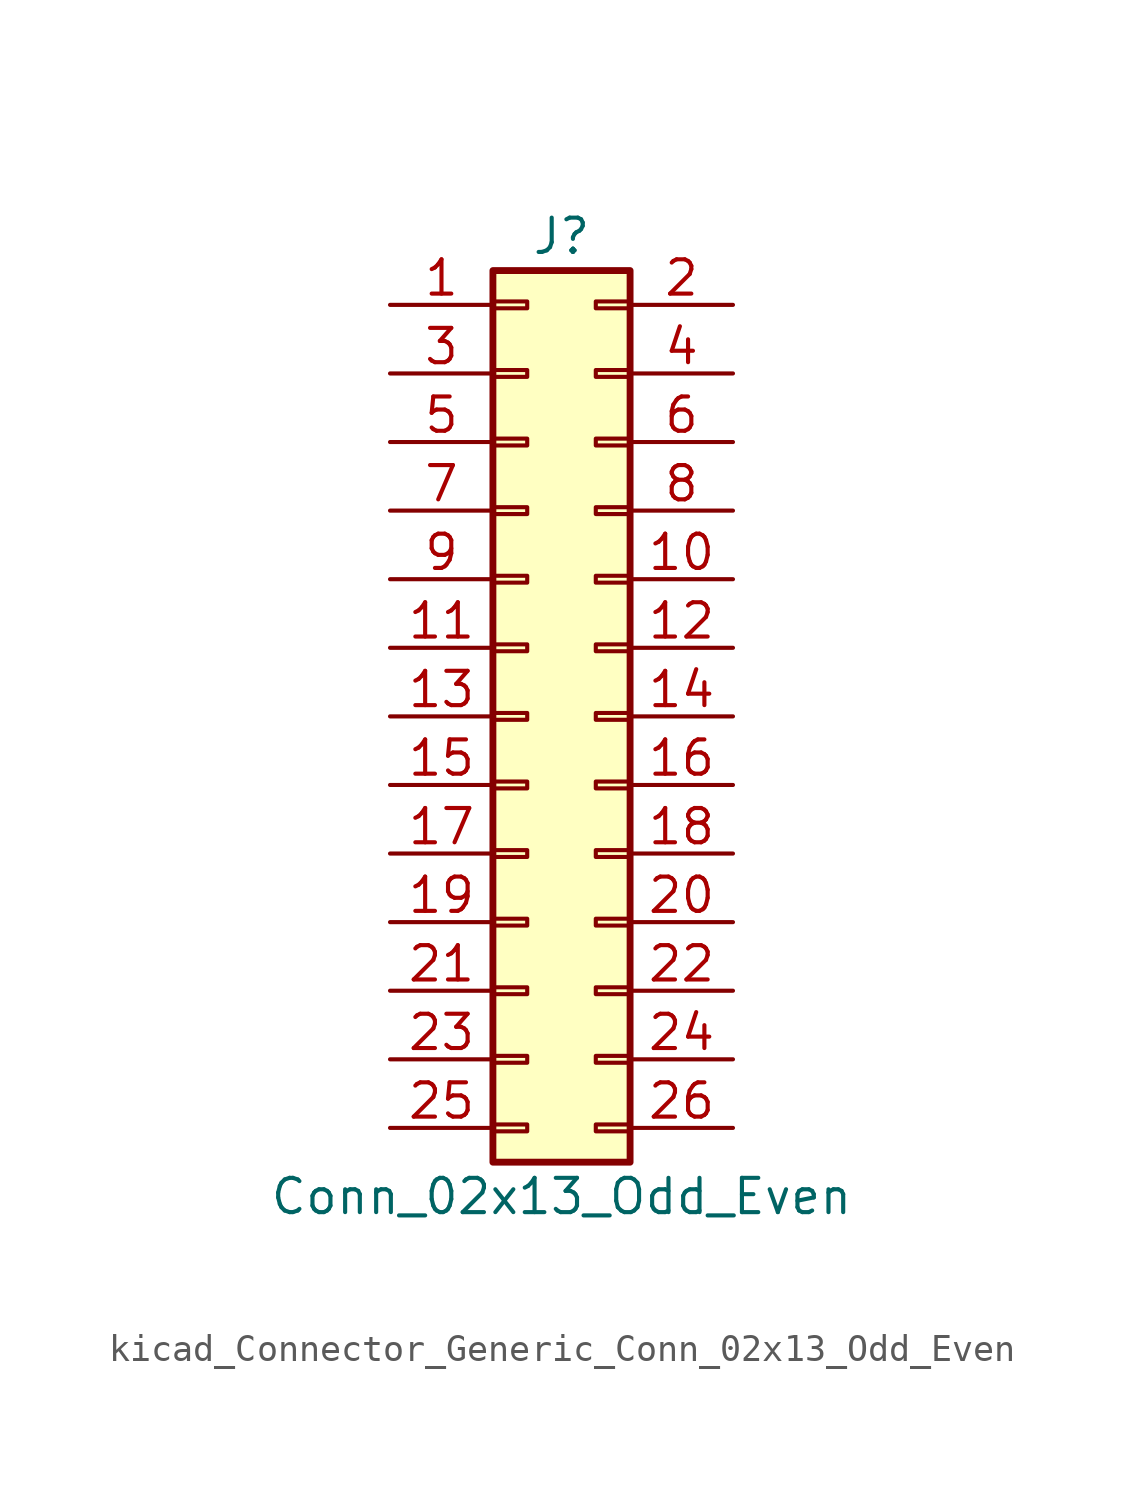
<source format=kicad_sym>
(kicad_symbol_lib
  (version 20220914)
  (generator kicad_symbol_editor)
  (symbol "kicad_Connector_Generic_Conn_02x13_Odd_Even"
    (pin_names
      (offset 1.016) hide)
    (property "Reference" "J"
      (at 1.27 17.78 0)
      (effects (font (size 1.27 1.27))))
    (property "Value" "Conn_02x13_Odd_Even"
      (at 1.27 -17.78 0)
      (effects (font (size 1.27 1.27))))
    (symbol "kicad_Connector_Generic_Conn_02x13_Odd_Even_1_1"
      (rectangle (start -1.27 -15.113) (end 0 -15.367) (stroke (width 0.152) (type default)) (fill (type none)))
      (rectangle (start -1.27 -12.573) (end 0 -12.827) (stroke (width 0.152) (type default)) (fill (type none)))
      (rectangle (start -1.27 -10.033) (end 0 -10.287) (stroke (width 0.152) (type default)) (fill (type none)))
      (rectangle (start -1.27 -7.493) (end 0 -7.747) (stroke (width 0.152) (type default)) (fill (type none)))
      (rectangle (start -1.27 -4.953) (end 0 -5.207) (stroke (width 0.152) (type default)) (fill (type none)))
      (rectangle (start -1.27 -2.413) (end 0 -2.667) (stroke (width 0.152) (type default)) (fill (type none)))
      (rectangle (start -1.27 0.127) (end 0 -0.127) (stroke (width 0.152) (type default)) (fill (type none)))
      (rectangle (start -1.27 2.667) (end 0 2.413) (stroke (width 0.152) (type default)) (fill (type none)))
      (rectangle (start -1.27 5.207) (end 0 4.953) (stroke (width 0.152) (type default)) (fill (type none)))
      (rectangle (start -1.27 7.747) (end 0 7.493) (stroke (width 0.152) (type default)) (fill (type none)))
      (rectangle (start -1.27 10.287) (end 0 10.033) (stroke (width 0.152) (type default)) (fill (type none)))
      (rectangle (start -1.27 12.827) (end 0 12.573) (stroke (width 0.152) (type default)) (fill (type none)))
      (rectangle (start -1.27 15.367) (end 0 15.113) (stroke (width 0.152) (type default)) (fill (type none)))
      (rectangle (start -1.27 16.51) (end 3.81 -16.51) (stroke (width 0.254) (type default)) (fill (type background)))
      (rectangle (start 3.81 -15.113) (end 2.54 -15.367) (stroke (width 0.152) (type default)) (fill (type none)))
      (rectangle (start 3.81 -12.573) (end 2.54 -12.827) (stroke (width 0.152) (type default)) (fill (type none)))
      (rectangle (start 3.81 -10.033) (end 2.54 -10.287) (stroke (width 0.152) (type default)) (fill (type none)))
      (rectangle (start 3.81 -7.493) (end 2.54 -7.747) (stroke (width 0.152) (type default)) (fill (type none)))
      (rectangle (start 3.81 -4.953) (end 2.54 -5.207) (stroke (width 0.152) (type default)) (fill (type none)))
      (rectangle (start 3.81 -2.413) (end 2.54 -2.667) (stroke (width 0.152) (type default)) (fill (type none)))
      (rectangle (start 3.81 0.127) (end 2.54 -0.127) (stroke (width 0.152) (type default)) (fill (type none)))
      (rectangle (start 3.81 2.667) (end 2.54 2.413) (stroke (width 0.152) (type default)) (fill (type none)))
      (rectangle (start 3.81 5.207) (end 2.54 4.953) (stroke (width 0.152) (type default)) (fill (type none)))
      (rectangle (start 3.81 7.747) (end 2.54 7.493) (stroke (width 0.152) (type default)) (fill (type none)))
      (rectangle (start 3.81 10.287) (end 2.54 10.033) (stroke (width 0.152) (type default)) (fill (type none)))
      (rectangle (start 3.81 12.827) (end 2.54 12.573) (stroke (width 0.152) (type default)) (fill (type none)))
      (rectangle (start 3.81 15.367) (end 2.54 15.113) (stroke (width 0.152) (type default)) (fill (type none)))
      (pin passive line (at -5.08 15.24 0) (length 3.81) (name "Pin_1" (effects (font (size 1.27 1.27)))) (number "1" (effects (font (size 1.27 1.27)))))
      (pin passive line (at 7.62 5.08 180) (length 3.81) (name "Pin_10" (effects (font (size 1.27 1.27)))) (number "10" (effects (font (size 1.27 1.27)))))
      (pin passive line (at -5.08 2.54 0) (length 3.81) (name "Pin_11" (effects (font (size 1.27 1.27)))) (number "11" (effects (font (size 1.27 1.27)))))
      (pin passive line (at 7.62 2.54 180) (length 3.81) (name "Pin_12" (effects (font (size 1.27 1.27)))) (number "12" (effects (font (size 1.27 1.27)))))
      (pin passive line (at -5.08 0 0) (length 3.81) (name "Pin_13" (effects (font (size 1.27 1.27)))) (number "13" (effects (font (size 1.27 1.27)))))
      (pin passive line (at 7.62 0 180) (length 3.81) (name "Pin_14" (effects (font (size 1.27 1.27)))) (number "14" (effects (font (size 1.27 1.27)))))
      (pin passive line (at -5.08 -2.54 0) (length 3.81) (name "Pin_15" (effects (font (size 1.27 1.27)))) (number "15" (effects (font (size 1.27 1.27)))))
      (pin passive line (at 7.62 -2.54 180) (length 3.81) (name "Pin_16" (effects (font (size 1.27 1.27)))) (number "16" (effects (font (size 1.27 1.27)))))
      (pin passive line (at -5.08 -5.08 0) (length 3.81) (name "Pin_17" (effects (font (size 1.27 1.27)))) (number "17" (effects (font (size 1.27 1.27)))))
      (pin passive line (at 7.62 -5.08 180) (length 3.81) (name "Pin_18" (effects (font (size 1.27 1.27)))) (number "18" (effects (font (size 1.27 1.27)))))
      (pin passive line (at -5.08 -7.62 0) (length 3.81) (name "Pin_19" (effects (font (size 1.27 1.27)))) (number "19" (effects (font (size 1.27 1.27)))))
      (pin passive line (at 7.62 15.24 180) (length 3.81) (name "Pin_2" (effects (font (size 1.27 1.27)))) (number "2" (effects (font (size 1.27 1.27)))))
      (pin passive line (at 7.62 -7.62 180) (length 3.81) (name "Pin_20" (effects (font (size 1.27 1.27)))) (number "20" (effects (font (size 1.27 1.27)))))
      (pin passive line (at -5.08 -10.16 0) (length 3.81) (name "Pin_21" (effects (font (size 1.27 1.27)))) (number "21" (effects (font (size 1.27 1.27)))))
      (pin passive line (at 7.62 -10.16 180) (length 3.81) (name "Pin_22" (effects (font (size 1.27 1.27)))) (number "22" (effects (font (size 1.27 1.27)))))
      (pin passive line (at -5.08 -12.7 0) (length 3.81) (name "Pin_23" (effects (font (size 1.27 1.27)))) (number "23" (effects (font (size 1.27 1.27)))))
      (pin passive line (at 7.62 -12.7 180) (length 3.81) (name "Pin_24" (effects (font (size 1.27 1.27)))) (number "24" (effects (font (size 1.27 1.27)))))
      (pin passive line (at -5.08 -15.24 0) (length 3.81) (name "Pin_25" (effects (font (size 1.27 1.27)))) (number "25" (effects (font (size 1.27 1.27)))))
      (pin passive line (at 7.62 -15.24 180) (length 3.81) (name "Pin_26" (effects (font (size 1.27 1.27)))) (number "26" (effects (font (size 1.27 1.27)))))
      (pin passive line (at -5.08 12.7 0) (length 3.81) (name "Pin_3" (effects (font (size 1.27 1.27)))) (number "3" (effects (font (size 1.27 1.27)))))
      (pin passive line (at 7.62 12.7 180) (length 3.81) (name "Pin_4" (effects (font (size 1.27 1.27)))) (number "4" (effects (font (size 1.27 1.27)))))
      (pin passive line (at -5.08 10.16 0) (length 3.81) (name "Pin_5" (effects (font (size 1.27 1.27)))) (number "5" (effects (font (size 1.27 1.27)))))
      (pin passive line (at 7.62 10.16 180) (length 3.81) (name "Pin_6" (effects (font (size 1.27 1.27)))) (number "6" (effects (font (size 1.27 1.27)))))
      (pin passive line (at -5.08 7.62 0) (length 3.81) (name "Pin_7" (effects (font (size 1.27 1.27)))) (number "7" (effects (font (size 1.27 1.27)))))
      (pin passive line (at 7.62 7.62 180) (length 3.81) (name "Pin_8" (effects (font (size 1.27 1.27)))) (number "8" (effects (font (size 1.27 1.27)))))
      (pin passive line (at -5.08 5.08 0) (length 3.81) (name "Pin_9" (effects (font (size 1.27 1.27)))) (number "9" (effects (font (size 1.27 1.27))))))))
</source>
